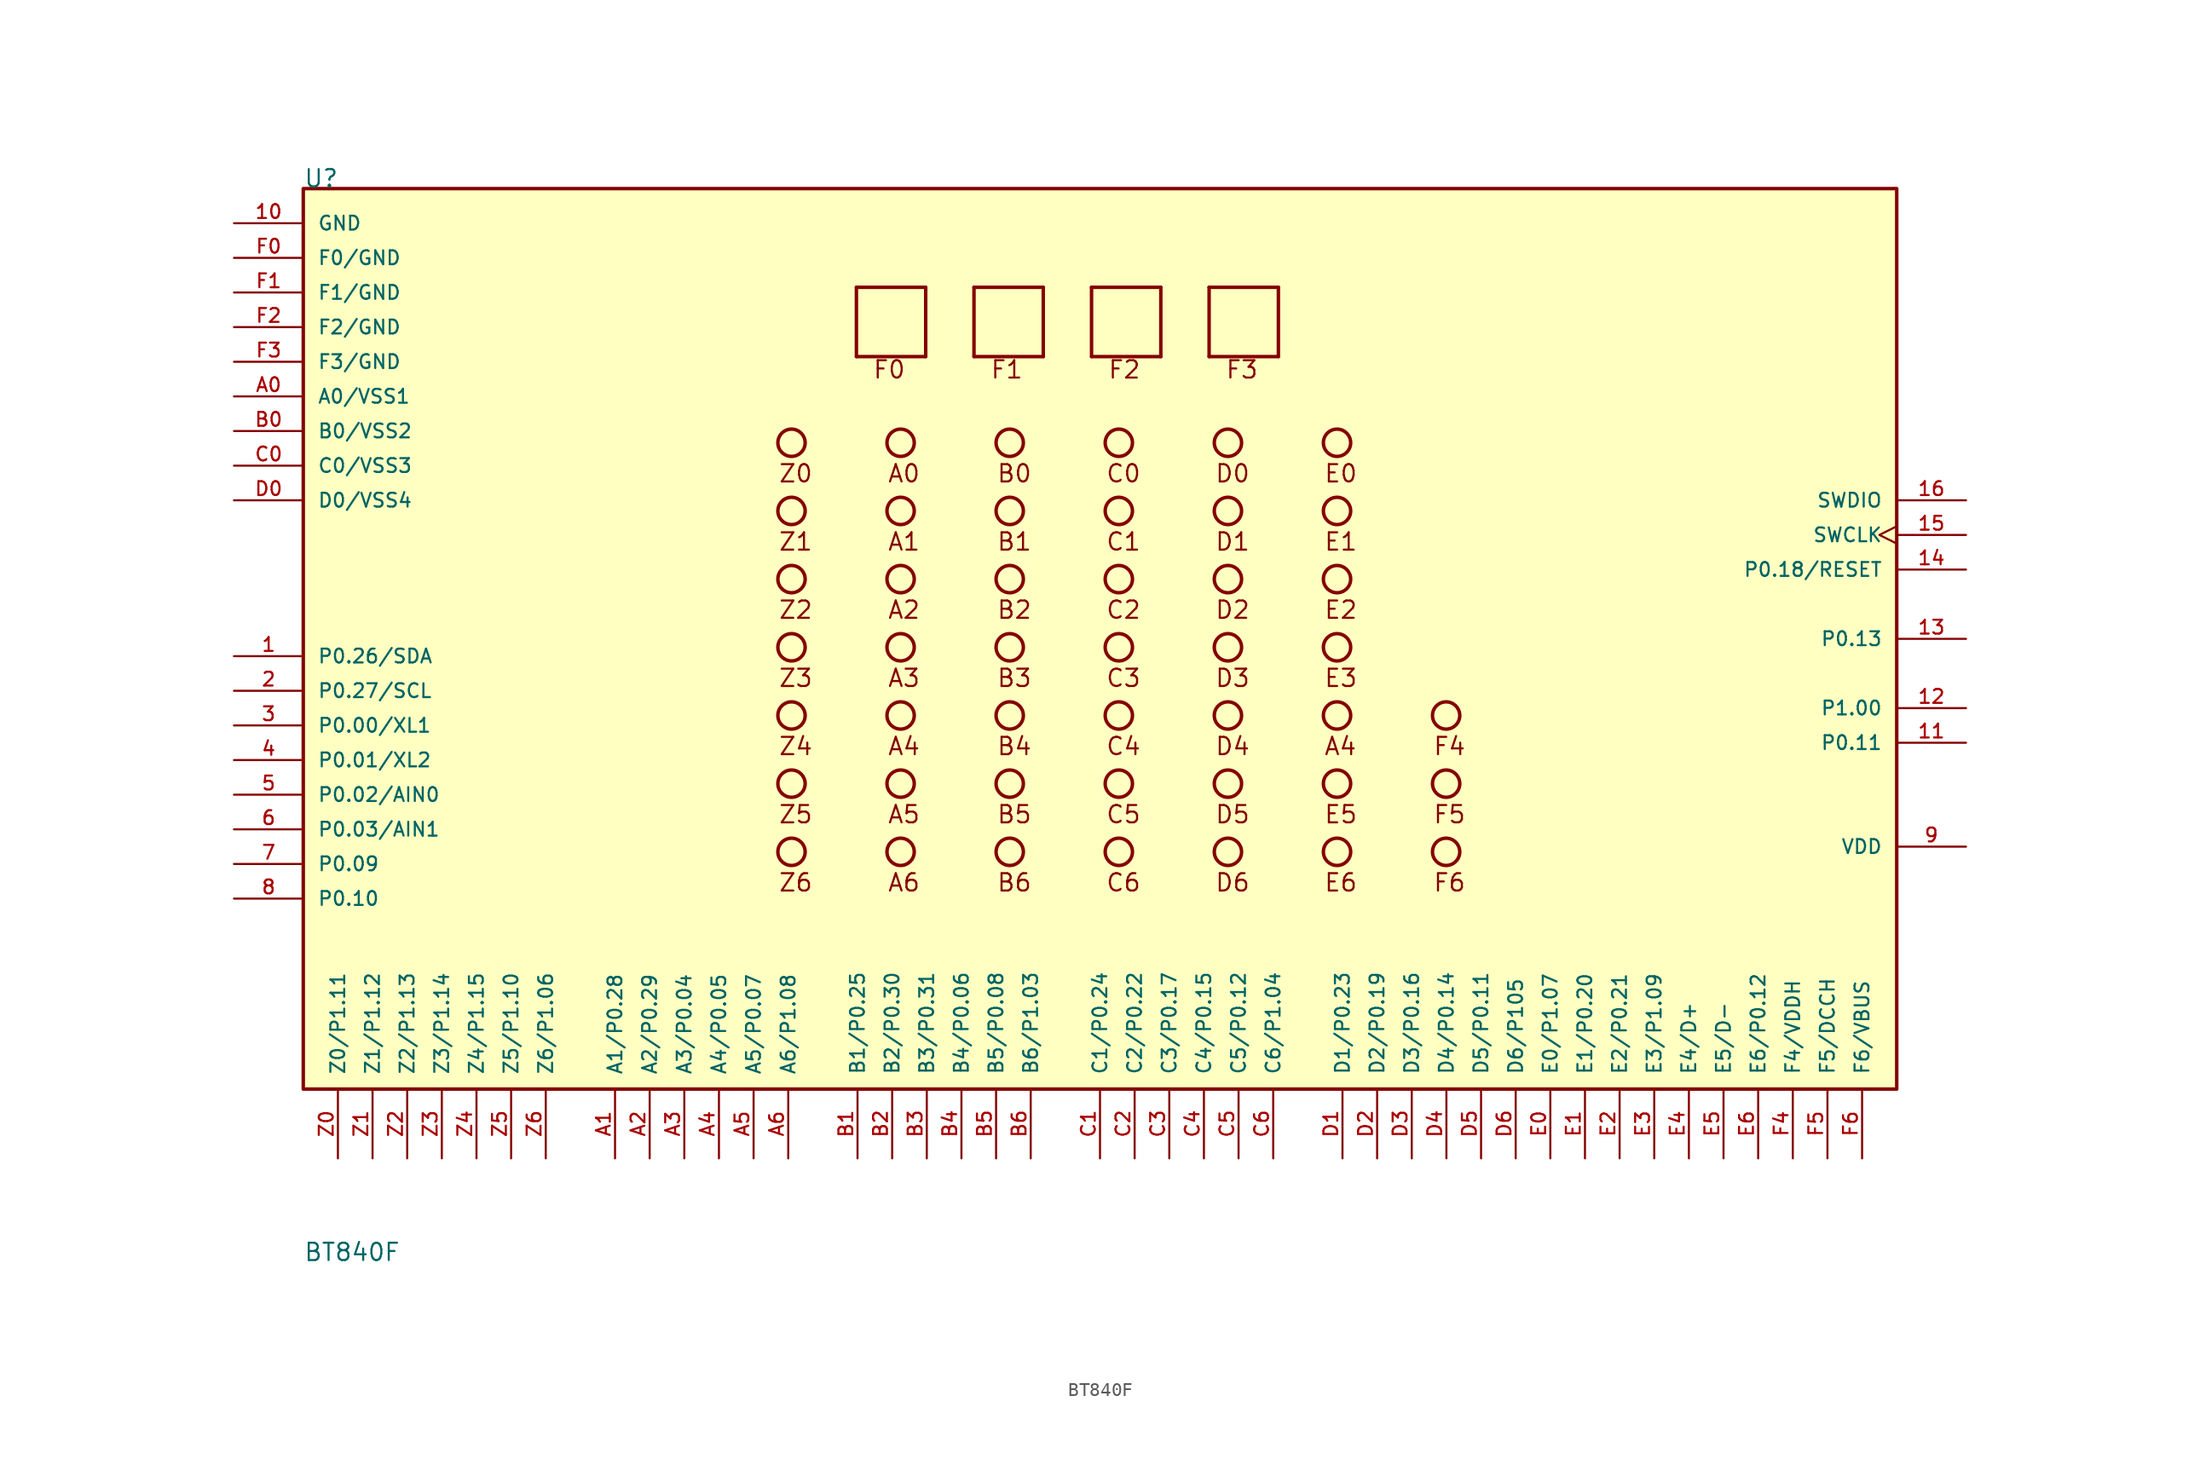
<source format=kicad_sym>
(kicad_symbol_lib
  (version 20231120)
  (generator "kicad_symbol_editor")
  (generator_version "8.0")
  (symbol "BT840F"
    (pin_names
      (offset 1.016))
    (property "Reference" "U"
      (at -58.42 33.02 0)
      (effects (font (size 1.27 1.27)) (justify left bottom)))
    (property "Value" "BT840F"
      (at -58.42 -45.72 0)
      (effects (font (size 1.27 1.27)) (justify left bottom)))
    (symbol "BT840F_0_0"
      (rectangle (start -58.42 33.02) (end 58.42 -33.02) (stroke (width 0.254) (type default)) (fill (type background)))
      (circle (center -22.62 -15.62) (radius 1) (stroke (width 0.254) (type default)) (fill (type none)))
      (circle (center -22.62 -10.62) (radius 1) (stroke (width 0.254) (type default)) (fill (type none)))
      (circle (center -22.62 -5.62) (radius 1) (stroke (width 0.254) (type default)) (fill (type none)))
      (circle (center -22.62 -0.62) (radius 1) (stroke (width 0.254) (type default)) (fill (type none)))
      (circle (center -22.62 4.38) (radius 1) (stroke (width 0.254) (type default)) (fill (type none)))
      (circle (center -22.62 9.38) (radius 1) (stroke (width 0.254) (type default)) (fill (type none)))
      (circle (center -22.62 14.38) (radius 1) (stroke (width 0.254) (type default)) (fill (type none)))
      (circle (center -14.62 -15.62) (radius 1) (stroke (width 0.254) (type default)) (fill (type none)))
      (circle (center -14.62 -10.62) (radius 1) (stroke (width 0.254) (type default)) (fill (type none)))
      (circle (center -14.62 -5.62) (radius 1) (stroke (width 0.254) (type default)) (fill (type none)))
      (circle (center -14.62 -0.62) (radius 1) (stroke (width 0.254) (type default)) (fill (type none)))
      (circle (center -14.62 4.38) (radius 1) (stroke (width 0.254) (type default)) (fill (type none)))
      (circle (center -14.62 9.38) (radius 1) (stroke (width 0.254) (type default)) (fill (type none)))
      (circle (center -14.62 14.38) (radius 1) (stroke (width 0.254) (type default)) (fill (type none)))
      (circle (center -6.62 -15.62) (radius 1) (stroke (width 0.254) (type default)) (fill (type none)))
      (circle (center -6.62 -10.62) (radius 1) (stroke (width 0.254) (type default)) (fill (type none)))
      (circle (center -6.62 -5.62) (radius 1) (stroke (width 0.254) (type default)) (fill (type none)))
      (circle (center -6.62 -0.62) (radius 1) (stroke (width 0.254) (type default)) (fill (type none)))
      (circle (center -6.62 4.38) (radius 1) (stroke (width 0.254) (type default)) (fill (type none)))
      (circle (center -6.62 9.38) (radius 1) (stroke (width 0.254) (type default)) (fill (type none)))
      (circle (center -6.62 14.38) (radius 1) (stroke (width 0.254) (type default)) (fill (type none)))
      (polyline (pts (xy -17.86 20.7) (xy -17.86 25.78)) (stroke (width 0.254) (type default)) (fill (type none)))
      (polyline (pts (xy -17.86 25.78) (xy -12.78 25.78)) (stroke (width 0.254) (type default)) (fill (type none)))
      (polyline (pts (xy -12.78 20.7) (xy -17.86 20.7)) (stroke (width 0.254) (type default)) (fill (type none)))
      (polyline (pts (xy -12.78 25.78) (xy -12.78 20.7)) (stroke (width 0.254) (type default)) (fill (type none)))
      (polyline (pts (xy -9.24 20.7) (xy -9.24 25.78)) (stroke (width 0.254) (type default)) (fill (type none)))
      (polyline (pts (xy -9.24 25.78) (xy -4.16 25.78)) (stroke (width 0.254) (type default)) (fill (type none)))
      (polyline (pts (xy -4.16 20.7) (xy -9.24 20.7)) (stroke (width 0.254) (type default)) (fill (type none)))
      (polyline (pts (xy -4.16 25.78) (xy -4.16 20.7)) (stroke (width 0.254) (type default)) (fill (type none)))
      (polyline (pts (xy -0.62 20.7) (xy -0.62 25.78)) (stroke (width 0.254) (type default)) (fill (type none)))
      (polyline (pts (xy -0.62 25.78) (xy 4.46 25.78)) (stroke (width 0.254) (type default)) (fill (type none)))
      (polyline (pts (xy 4.46 20.7) (xy -0.62 20.7)) (stroke (width 0.254) (type default)) (fill (type none)))
      (polyline (pts (xy 4.46 25.78) (xy 4.46 20.7)) (stroke (width 0.254) (type default)) (fill (type none)))
      (polyline (pts (xy 8 20.7) (xy 8 25.78)) (stroke (width 0.254) (type default)) (fill (type none)))
      (polyline (pts (xy 8 25.78) (xy 13.08 25.78)) (stroke (width 0.254) (type default)) (fill (type none)))
      (polyline (pts (xy 13.08 20.7) (xy 8 20.7)) (stroke (width 0.254) (type default)) (fill (type none)))
      (polyline (pts (xy 13.08 25.78) (xy 13.08 20.7)) (stroke (width 0.254) (type default)) (fill (type none)))
      (circle (center 1.38 -15.62) (radius 1) (stroke (width 0.254) (type default)) (fill (type none)))
      (circle (center 1.38 -10.62) (radius 1) (stroke (width 0.254) (type default)) (fill (type none)))
      (circle (center 1.38 -5.62) (radius 1) (stroke (width 0.254) (type default)) (fill (type none)))
      (circle (center 1.38 -0.62) (radius 1) (stroke (width 0.254) (type default)) (fill (type none)))
      (circle (center 1.38 4.38) (radius 1) (stroke (width 0.254) (type default)) (fill (type none)))
      (circle (center 1.38 9.38) (radius 1) (stroke (width 0.254) (type default)) (fill (type none)))
      (circle (center 1.38 14.38) (radius 1) (stroke (width 0.254) (type default)) (fill (type none)))
      (circle (center 9.38 -15.62) (radius 1) (stroke (width 0.254) (type default)) (fill (type none)))
      (circle (center 9.38 -10.62) (radius 1) (stroke (width 0.254) (type default)) (fill (type none)))
      (circle (center 9.38 -5.62) (radius 1) (stroke (width 0.254) (type default)) (fill (type none)))
      (circle (center 9.38 -0.62) (radius 1) (stroke (width 0.254) (type default)) (fill (type none)))
      (circle (center 9.38 4.38) (radius 1) (stroke (width 0.254) (type default)) (fill (type none)))
      (circle (center 9.38 9.38) (radius 1) (stroke (width 0.254) (type default)) (fill (type none)))
      (circle (center 9.38 14.38) (radius 1) (stroke (width 0.254) (type default)) (fill (type none)))
      (circle (center 17.38 -15.62) (radius 1) (stroke (width 0.254) (type default)) (fill (type none)))
      (circle (center 17.38 -10.62) (radius 1) (stroke (width 0.254) (type default)) (fill (type none)))
      (circle (center 17.38 -5.62) (radius 1) (stroke (width 0.254) (type default)) (fill (type none)))
      (circle (center 17.38 -0.62) (radius 1) (stroke (width 0.254) (type default)) (fill (type none)))
      (circle (center 17.38 4.38) (radius 1) (stroke (width 0.254) (type default)) (fill (type none)))
      (circle (center 17.38 9.38) (radius 1) (stroke (width 0.254) (type default)) (fill (type none)))
      (circle (center 17.38 14.38) (radius 1) (stroke (width 0.254) (type default)) (fill (type none)))
      (circle (center 25.38 -15.62) (radius 1) (stroke (width 0.254) (type default)) (fill (type none)))
      (circle (center 25.38 -10.62) (radius 1) (stroke (width 0.254) (type default)) (fill (type none)))
      (circle (center 25.38 -5.62) (radius 1) (stroke (width 0.254) (type default)) (fill (type none)))
      (text "A0" (at -15.62 11.38 0) (effects (font (size 1.27 1.27)) (justify left bottom)))
      (text "A1" (at -15.62 6.38 0) (effects (font (size 1.27 1.27)) (justify left bottom)))
      (text "A2" (at -15.62 1.38 0) (effects (font (size 1.27 1.27)) (justify left bottom)))
      (text "A3" (at -15.62 -3.62 0) (effects (font (size 1.27 1.27)) (justify left bottom)))
      (text "A4" (at -15.62 -8.62 0) (effects (font (size 1.27 1.27)) (justify left bottom)))
      (text "A4" (at 16.38 -8.62 0) (effects (font (size 1.27 1.27)) (justify left bottom)))
      (text "A5" (at -15.62 -13.62 0) (effects (font (size 1.27 1.27)) (justify left bottom)))
      (text "A6" (at -15.62 -18.62 0) (effects (font (size 1.27 1.27)) (justify left bottom)))
      (text "B0" (at -7.62 11.38 0) (effects (font (size 1.27 1.27)) (justify left bottom)))
      (text "B1" (at -7.62 6.38 0) (effects (font (size 1.27 1.27)) (justify left bottom)))
      (text "B2" (at -7.62 1.38 0) (effects (font (size 1.27 1.27)) (justify left bottom)))
      (text "B3" (at -7.62 -3.62 0) (effects (font (size 1.27 1.27)) (justify left bottom)))
      (text "B4" (at -7.62 -8.62 0) (effects (font (size 1.27 1.27)) (justify left bottom)))
      (text "B5" (at -7.62 -13.62 0) (effects (font (size 1.27 1.27)) (justify left bottom)))
      (text "B6" (at -7.62 -18.62 0) (effects (font (size 1.27 1.27)) (justify left bottom)))
      (text "C0" (at 0.38 11.38 0) (effects (font (size 1.27 1.27)) (justify left bottom)))
      (text "C1" (at 0.38 6.38 0) (effects (font (size 1.27 1.27)) (justify left bottom)))
      (text "C2" (at 0.38 1.38 0) (effects (font (size 1.27 1.27)) (justify left bottom)))
      (text "C3" (at 0.38 -3.62 0) (effects (font (size 1.27 1.27)) (justify left bottom)))
      (text "C4" (at 0.38 -8.62 0) (effects (font (size 1.27 1.27)) (justify left bottom)))
      (text "C5" (at 0.38 -13.62 0) (effects (font (size 1.27 1.27)) (justify left bottom)))
      (text "C6" (at 0.38 -18.62 0) (effects (font (size 1.27 1.27)) (justify left bottom)))
      (text "D0" (at 8.38 11.38 0) (effects (font (size 1.27 1.27)) (justify left bottom)))
      (text "D1" (at 8.38 6.38 0) (effects (font (size 1.27 1.27)) (justify left bottom)))
      (text "D2" (at 8.38 1.38 0) (effects (font (size 1.27 1.27)) (justify left bottom)))
      (text "D3" (at 8.38 -3.62 0) (effects (font (size 1.27 1.27)) (justify left bottom)))
      (text "D4" (at 8.38 -8.62 0) (effects (font (size 1.27 1.27)) (justify left bottom)))
      (text "D5" (at 8.38 -13.62 0) (effects (font (size 1.27 1.27)) (justify left bottom)))
      (text "D6" (at 8.38 -18.62 0) (effects (font (size 1.27 1.27)) (justify left bottom)))
      (text "E0" (at 16.38 11.38 0) (effects (font (size 1.27 1.27)) (justify left bottom)))
      (text "E1" (at 16.38 6.38 0) (effects (font (size 1.27 1.27)) (justify left bottom)))
      (text "E2" (at 16.38 1.38 0) (effects (font (size 1.27 1.27)) (justify left bottom)))
      (text "E3" (at 16.38 -3.62 0) (effects (font (size 1.27 1.27)) (justify left bottom)))
      (text "E5" (at 16.38 -13.62 0) (effects (font (size 1.27 1.27)) (justify left bottom)))
      (text "E6" (at 16.38 -18.62 0) (effects (font (size 1.27 1.27)) (justify left bottom)))
      (text "F0" (at -16.7 19 0) (effects (font (size 1.27 1.27)) (justify left bottom)))
      (text "F1" (at -8.08 19 0) (effects (font (size 1.27 1.27)) (justify left bottom)))
      (text "F2" (at 0.54 19 0) (effects (font (size 1.27 1.27)) (justify left bottom)))
      (text "F3" (at 9.16 19 0) (effects (font (size 1.27 1.27)) (justify left bottom)))
      (text "F4" (at 24.38 -8.62 0) (effects (font (size 1.27 1.27)) (justify left bottom)))
      (text "F5" (at 24.38 -13.62 0) (effects (font (size 1.27 1.27)) (justify left bottom)))
      (text "F6" (at 24.38 -18.62 0) (effects (font (size 1.27 1.27)) (justify left bottom)))
      (text "Z0" (at -23.62 11.38 0) (effects (font (size 1.27 1.27)) (justify left bottom)))
      (text "Z1" (at -23.62 6.38 0) (effects (font (size 1.27 1.27)) (justify left bottom)))
      (text "Z2" (at -23.62 1.38 0) (effects (font (size 1.27 1.27)) (justify left bottom)))
      (text "Z3" (at -23.62 -3.62 0) (effects (font (size 1.27 1.27)) (justify left bottom)))
      (text "Z4" (at -23.62 -8.62 0) (effects (font (size 1.27 1.27)) (justify left bottom)))
      (text "Z5" (at -23.62 -13.62 0) (effects (font (size 1.27 1.27)) (justify left bottom)))
      (text "Z6" (at -23.62 -18.62 0) (effects (font (size 1.27 1.27)) (justify left bottom)))
      (pin bidirectional line (at -63.5 -1.27 0) (length 5.08) (name "P0.26/SDA" (effects (font (size 1.016 1.016)))) (number "1" (effects (font (size 1.016 1.016)))))
      (pin power_in line (at -63.5 30.48 0) (length 5.08) (name "GND" (effects (font (size 1.016 1.016)))) (number "10" (effects (font (size 1.016 1.016)))))
      (pin bidirectional line (at 63.5 -7.62 180) (length 5.08) (name "P0.11" (effects (font (size 1.016 1.016)))) (number "11" (effects (font (size 1.016 1.016)))))
      (pin bidirectional line (at 63.5 -5.08 180) (length 5.08) (name "P1.00" (effects (font (size 1.016 1.016)))) (number "12" (effects (font (size 1.016 1.016)))))
      (pin bidirectional line (at 63.5 0 180) (length 5.08) (name "P0.13" (effects (font (size 1.016 1.016)))) (number "13" (effects (font (size 1.016 1.016)))))
      (pin bidirectional line (at 63.5 5.08 180) (length 5.08) (name "P0.18/RESET" (effects (font (size 1.016 1.016)))) (number "14" (effects (font (size 1.016 1.016)))))
      (pin input clock (at 63.5 7.62 180) (length 5.08) (name "SWCLK" (effects (font (size 1.016 1.016)))) (number "15" (effects (font (size 1.016 1.016)))))
      (pin bidirectional line (at 63.5 10.16 180) (length 5.08) (name "SWDIO" (effects (font (size 1.016 1.016)))) (number "16" (effects (font (size 1.016 1.016)))))
      (pin bidirectional line (at -63.5 -3.81 0) (length 5.08) (name "P0.27/SCL" (effects (font (size 1.016 1.016)))) (number "2" (effects (font (size 1.016 1.016)))))
      (pin bidirectional line (at -63.5 -6.35 0) (length 5.08) (name "P0.00/XL1" (effects (font (size 1.016 1.016)))) (number "3" (effects (font (size 1.016 1.016)))))
      (pin bidirectional line (at -63.5 -8.89 0) (length 5.08) (name "P0.01/XL2" (effects (font (size 1.016 1.016)))) (number "4" (effects (font (size 1.016 1.016)))))
      (pin bidirectional line (at -63.5 -11.43 0) (length 5.08) (name "P0.02/AIN0" (effects (font (size 1.016 1.016)))) (number "5" (effects (font (size 1.016 1.016)))))
      (pin bidirectional line (at -63.5 -13.97 0) (length 5.08) (name "P0.03/AIN1" (effects (font (size 1.016 1.016)))) (number "6" (effects (font (size 1.016 1.016)))))
      (pin bidirectional line (at -63.5 -16.51 0) (length 5.08) (name "P0.09" (effects (font (size 1.016 1.016)))) (number "7" (effects (font (size 1.016 1.016)))))
      (pin bidirectional line (at -63.5 -19.05 0) (length 5.08) (name "P0.10" (effects (font (size 1.016 1.016)))) (number "8" (effects (font (size 1.016 1.016)))))
      (pin power_in line (at 63.5 -15.24 180) (length 5.08) (name "VDD" (effects (font (size 1.016 1.016)))) (number "9" (effects (font (size 1.016 1.016)))))
      (pin power_in line (at -63.5 17.78 0) (length 5.08) (name "A0/VSS1" (effects (font (size 1.016 1.016)))) (number "A0" (effects (font (size 1.016 1.016)))))
      (pin bidirectional line (at -35.56 -38.1 90) (length 5.08) (name "A1/P0.28" (effects (font (size 1.016 1.016)))) (number "A1" (effects (font (size 1.016 1.016)))))
      (pin bidirectional line (at -33.02 -38.1 90) (length 5.08) (name "A2/P0.29" (effects (font (size 1.016 1.016)))) (number "A2" (effects (font (size 1.016 1.016)))))
      (pin bidirectional line (at -30.48 -38.1 90) (length 5.08) (name "A3/P0.04" (effects (font (size 1.016 1.016)))) (number "A3" (effects (font (size 1.016 1.016)))))
      (pin bidirectional line (at -27.94 -38.1 90) (length 5.08) (name "A4/P0.05" (effects (font (size 1.016 1.016)))) (number "A4" (effects (font (size 1.016 1.016)))))
      (pin bidirectional line (at -25.4 -38.1 90) (length 5.08) (name "A5/P0.07" (effects (font (size 1.016 1.016)))) (number "A5" (effects (font (size 1.016 1.016)))))
      (pin bidirectional line (at -22.86 -38.1 90) (length 5.08) (name "A6/P1.08" (effects (font (size 1.016 1.016)))) (number "A6" (effects (font (size 1.016 1.016)))))
      (pin power_in line (at -63.5 15.24 0) (length 5.08) (name "B0/VSS2" (effects (font (size 1.016 1.016)))) (number "B0" (effects (font (size 1.016 1.016)))))
      (pin bidirectional line (at -17.78 -38.1 90) (length 5.08) (name "B1/P0.25" (effects (font (size 1.016 1.016)))) (number "B1" (effects (font (size 1.016 1.016)))))
      (pin bidirectional line (at -15.24 -38.1 90) (length 5.08) (name "B2/P0.30" (effects (font (size 1.016 1.016)))) (number "B2" (effects (font (size 1.016 1.016)))))
      (pin bidirectional line (at -12.7 -38.1 90) (length 5.08) (name "B3/P0.31" (effects (font (size 1.016 1.016)))) (number "B3" (effects (font (size 1.016 1.016)))))
      (pin bidirectional line (at -10.16 -38.1 90) (length 5.08) (name "B4/P0.06" (effects (font (size 1.016 1.016)))) (number "B4" (effects (font (size 1.016 1.016)))))
      (pin bidirectional line (at -7.62 -38.1 90) (length 5.08) (name "B5/P0.08" (effects (font (size 1.016 1.016)))) (number "B5" (effects (font (size 1.016 1.016)))))
      (pin bidirectional line (at -5.08 -38.1 90) (length 5.08) (name "B6/P1.03" (effects (font (size 1.016 1.016)))) (number "B6" (effects (font (size 1.016 1.016)))))
      (pin power_in line (at -63.5 12.7 0) (length 5.08) (name "C0/VSS3" (effects (font (size 1.016 1.016)))) (number "C0" (effects (font (size 1.016 1.016)))))
      (pin bidirectional line (at 0 -38.1 90) (length 5.08) (name "C1/P0.24" (effects (font (size 1.016 1.016)))) (number "C1" (effects (font (size 1.016 1.016)))))
      (pin bidirectional line (at 2.54 -38.1 90) (length 5.08) (name "C2/P0.22" (effects (font (size 1.016 1.016)))) (number "C2" (effects (font (size 1.016 1.016)))))
      (pin bidirectional line (at 5.08 -38.1 90) (length 5.08) (name "C3/P0.17" (effects (font (size 1.016 1.016)))) (number "C3" (effects (font (size 1.016 1.016)))))
      (pin bidirectional line (at 7.62 -38.1 90) (length 5.08) (name "C4/P0.15" (effects (font (size 1.016 1.016)))) (number "C4" (effects (font (size 1.016 1.016)))))
      (pin bidirectional line (at 10.16 -38.1 90) (length 5.08) (name "C5/P0.12" (effects (font (size 1.016 1.016)))) (number "C5" (effects (font (size 1.016 1.016)))))
      (pin bidirectional line (at 12.7 -38.1 90) (length 5.08) (name "C6/P1.04" (effects (font (size 1.016 1.016)))) (number "C6" (effects (font (size 1.016 1.016)))))
      (pin power_in line (at -63.5 10.16 0) (length 5.08) (name "D0/VSS4" (effects (font (size 1.016 1.016)))) (number "D0" (effects (font (size 1.016 1.016)))))
      (pin bidirectional line (at 17.78 -38.1 90) (length 5.08) (name "D1/P0.23" (effects (font (size 1.016 1.016)))) (number "D1" (effects (font (size 1.016 1.016)))))
      (pin bidirectional line (at 20.32 -38.1 90) (length 5.08) (name "D2/P0.19" (effects (font (size 1.016 1.016)))) (number "D2" (effects (font (size 1.016 1.016)))))
      (pin bidirectional line (at 22.86 -38.1 90) (length 5.08) (name "D3/P0.16" (effects (font (size 1.016 1.016)))) (number "D3" (effects (font (size 1.016 1.016)))))
      (pin bidirectional line (at 25.4 -38.1 90) (length 5.08) (name "D4/P0.14" (effects (font (size 1.016 1.016)))) (number "D4" (effects (font (size 1.016 1.016)))))
      (pin bidirectional line (at 27.94 -38.1 90) (length 5.08) (name "D5/P0.11" (effects (font (size 1.016 1.016)))) (number "D5" (effects (font (size 1.016 1.016)))))
      (pin bidirectional line (at 30.48 -38.1 90) (length 5.08) (name "D6/P105" (effects (font (size 1.016 1.016)))) (number "D6" (effects (font (size 1.016 1.016)))))
      (pin bidirectional line (at 33.02 -38.1 90) (length 5.08) (name "E0/P1.07" (effects (font (size 1.016 1.016)))) (number "E0" (effects (font (size 1.016 1.016)))))
      (pin bidirectional line (at 35.56 -38.1 90) (length 5.08) (name "E1/P0.20" (effects (font (size 1.016 1.016)))) (number "E1" (effects (font (size 1.016 1.016)))))
      (pin bidirectional line (at 38.1 -38.1 90) (length 5.08) (name "E2/P0.21" (effects (font (size 1.016 1.016)))) (number "E2" (effects (font (size 1.016 1.016)))))
      (pin bidirectional line (at 40.64 -38.1 90) (length 5.08) (name "E3/P1.09" (effects (font (size 1.016 1.016)))) (number "E3" (effects (font (size 1.016 1.016)))))
      (pin bidirectional line (at 43.18 -38.1 90) (length 5.08) (name "E4/D+" (effects (font (size 1.016 1.016)))) (number "E4" (effects (font (size 1.016 1.016)))))
      (pin bidirectional line (at 45.72 -38.1 90) (length 5.08) (name "E5/D-" (effects (font (size 1.016 1.016)))) (number "E5" (effects (font (size 1.016 1.016)))))
      (pin bidirectional line (at 48.26 -38.1 90) (length 5.08) (name "E6/P0.12" (effects (font (size 1.016 1.016)))) (number "E6" (effects (font (size 1.016 1.016)))))
      (pin power_in line (at -63.5 27.94 0) (length 5.08) (name "F0/GND" (effects (font (size 1.016 1.016)))) (number "F0" (effects (font (size 1.016 1.016)))))
      (pin power_in line (at -63.5 25.4 0) (length 5.08) (name "F1/GND" (effects (font (size 1.016 1.016)))) (number "F1" (effects (font (size 1.016 1.016)))))
      (pin power_in line (at -63.5 22.86 0) (length 5.08) (name "F2/GND" (effects (font (size 1.016 1.016)))) (number "F2" (effects (font (size 1.016 1.016)))))
      (pin power_in line (at -63.5 20.32 0) (length 5.08) (name "F3/GND" (effects (font (size 1.016 1.016)))) (number "F3" (effects (font (size 1.016 1.016)))))
      (pin power_in line (at 50.8 -38.1 90) (length 5.08) (name "F4/VDDH" (effects (font (size 1.016 1.016)))) (number "F4" (effects (font (size 1.016 1.016)))))
      (pin bidirectional line (at 53.34 -38.1 90) (length 5.08) (name "F5/DCCH" (effects (font (size 1.016 1.016)))) (number "F5" (effects (font (size 1.016 1.016)))))
      (pin power_in line (at 55.88 -38.1 90) (length 5.08) (name "F6/VBUS" (effects (font (size 1.016 1.016)))) (number "F6" (effects (font (size 1.016 1.016)))))
      (pin bidirectional line (at -55.88 -38.1 90) (length 5.08) (name "Z0/P1.11" (effects (font (size 1.016 1.016)))) (number "Z0" (effects (font (size 1.016 1.016)))))
      (pin bidirectional line (at -53.34 -38.1 90) (length 5.08) (name "Z1/P1.12" (effects (font (size 1.016 1.016)))) (number "Z1" (effects (font (size 1.016 1.016)))))
      (pin bidirectional line (at -50.8 -38.1 90) (length 5.08) (name "Z2/P1.13" (effects (font (size 1.016 1.016)))) (number "Z2" (effects (font (size 1.016 1.016)))))
      (pin bidirectional line (at -48.26 -38.1 90) (length 5.08) (name "Z3/P1.14" (effects (font (size 1.016 1.016)))) (number "Z3" (effects (font (size 1.016 1.016)))))
      (pin bidirectional line (at -45.72 -38.1 90) (length 5.08) (name "Z4/P1.15" (effects (font (size 1.016 1.016)))) (number "Z4" (effects (font (size 1.016 1.016)))))
      (pin bidirectional line (at -43.18 -38.1 90) (length 5.08) (name "Z5/P1.10" (effects (font (size 1.016 1.016)))) (number "Z5" (effects (font (size 1.016 1.016)))))
      (pin bidirectional line (at -40.64 -38.1 90) (length 5.08) (name "Z6/P1.06" (effects (font (size 1.016 1.016)))) (number "Z6" (effects (font (size 1.016 1.016))))))))
</source>
